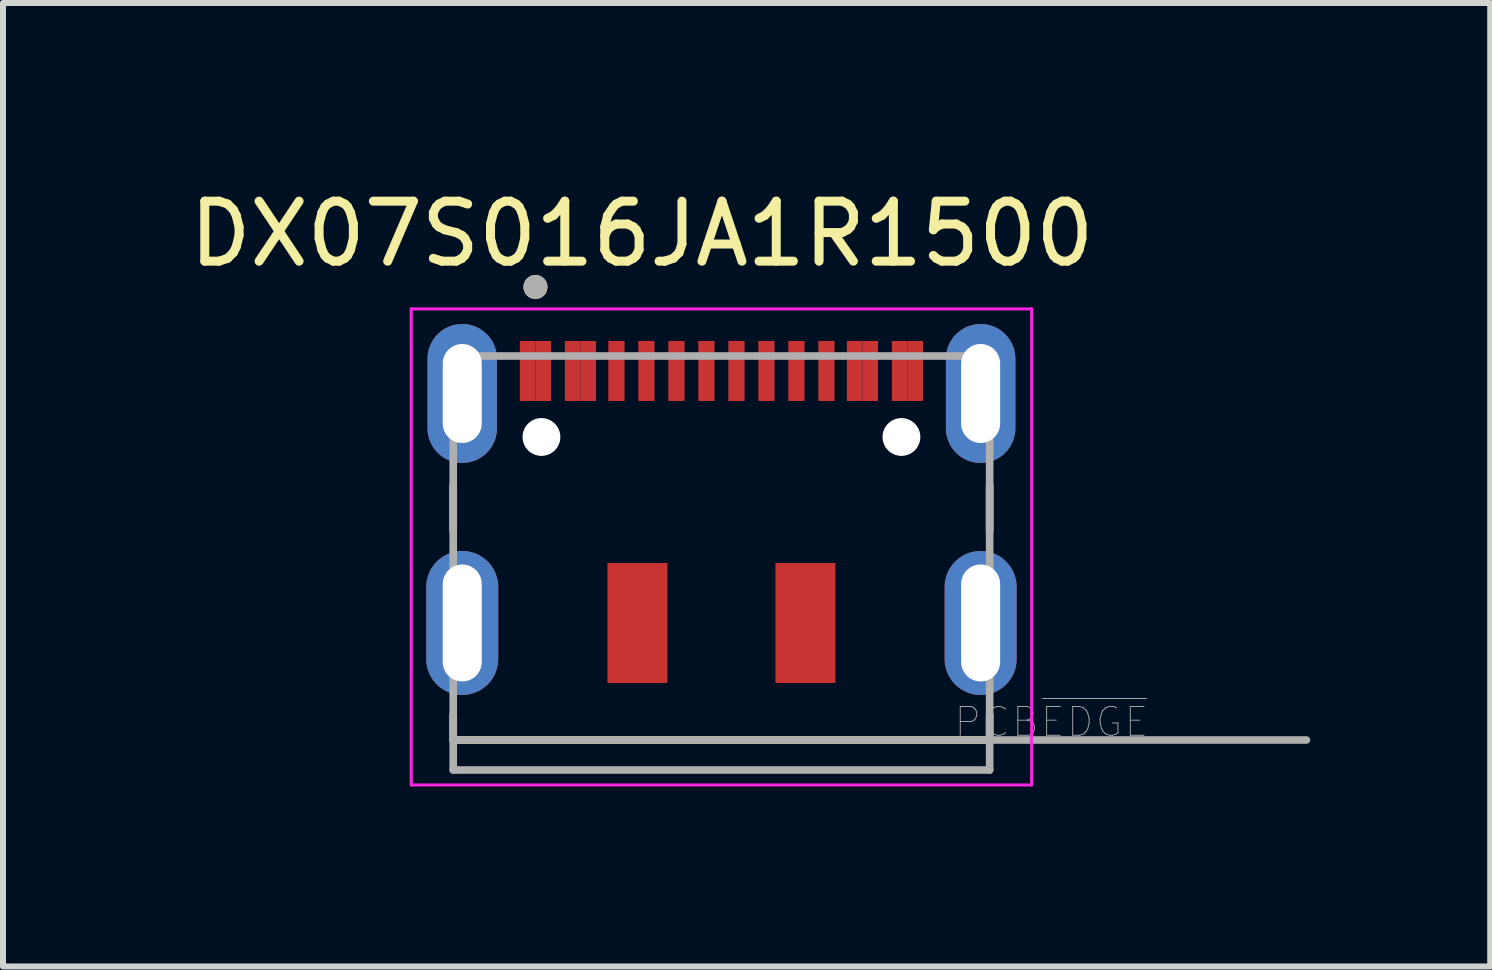
<source format=kicad_pcb>
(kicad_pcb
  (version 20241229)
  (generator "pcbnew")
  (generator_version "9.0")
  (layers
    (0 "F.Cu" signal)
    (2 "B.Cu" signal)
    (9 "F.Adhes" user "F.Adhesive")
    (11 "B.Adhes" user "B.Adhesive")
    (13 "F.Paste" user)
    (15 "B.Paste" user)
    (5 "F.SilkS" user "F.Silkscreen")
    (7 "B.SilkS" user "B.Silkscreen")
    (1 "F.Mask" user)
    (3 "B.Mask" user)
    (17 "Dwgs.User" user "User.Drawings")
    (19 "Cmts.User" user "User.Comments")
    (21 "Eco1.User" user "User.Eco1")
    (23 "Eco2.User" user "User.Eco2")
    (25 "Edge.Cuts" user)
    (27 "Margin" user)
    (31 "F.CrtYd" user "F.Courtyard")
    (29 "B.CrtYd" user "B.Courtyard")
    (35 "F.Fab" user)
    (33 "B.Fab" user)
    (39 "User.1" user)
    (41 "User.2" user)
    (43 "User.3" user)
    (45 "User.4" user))
  (footprint "DX07S016JA1R1500"
    (layer "F.Cu")
    (at 8.974 4.233)
    (property "Reference" "DX07S016JA1R1500" (at -1.325 -3.385 0) (layer "F.SilkS") (effects (font (size 1 1) (thickness 0.15))))
    (attr smd)
    (fp_line (start -4.47 0.805) (end -4.47 1.57) (stroke (width 0.127) (type solid)) (layer "F.SilkS"))
    (fp_line (start -4.47 5.05) (end -4.47 4.63) (stroke (width 0.127) (type solid)) (layer "F.SilkS"))
    (fp_line (start 4.47 0.805) (end 4.47 1.57) (stroke (width 0.127) (type solid)) (layer "F.SilkS"))
    (fp_line (start 4.47 4.63) (end 4.47 5.05) (stroke (width 0.127) (type solid)) (layer "F.SilkS"))
    (fp_line (start 4.47 5.05) (end -4.47 5.05) (stroke (width 0.127) (type solid)) (layer "F.SilkS"))
    (fp_circle (center -3.1 -2.5) (end -3 -2.5) (stroke (width 0.2) (type solid)) (fill no) (layer "F.SilkS"))
    (fp_line (start -5.17 -2.135) (end 5.17 -2.135) (stroke (width 0.05) (type solid)) (layer "F.CrtYd"))
    (fp_line (start -5.17 5.8) (end -5.17 -2.135) (stroke (width 0.05) (type solid)) (layer "F.CrtYd"))
    (fp_line (start 5.17 -2.135) (end 5.17 5.8) (stroke (width 0.05) (type solid)) (layer "F.CrtYd"))
    (fp_line (start 5.17 5.8) (end -5.17 5.8) (stroke (width 0.05) (type solid)) (layer "F.CrtYd"))
    (fp_line (start -4.47 -1.35) (end 4.47 -1.35) (stroke (width 0.127) (type solid)) (layer "F.Fab"))
    (fp_line (start -4.47 5.05) (end -4.47 -1.35) (stroke (width 0.127) (type solid)) (layer "F.Fab"))
    (fp_line (start -4.47 5.55) (end -4.47 5.05) (stroke (width 0.127) (type solid)) (layer "F.Fab"))
    (fp_line (start 4.47 -1.35) (end 4.47 5.05) (stroke (width 0.127) (type solid)) (layer "F.Fab"))
    (fp_line (start 4.47 5.05) (end -4.47 5.05) (stroke (width 0.127) (type solid)) (layer "F.Fab"))
    (fp_line (start 4.47 5.05) (end 4.47 5.55) (stroke (width 0.127) (type solid)) (layer "F.Fab"))
    (fp_line (start 4.47 5.05) (end 9.75 5.05) (stroke (width 0.127) (type solid)) (layer "F.Fab"))
    (fp_line (start 4.47 5.55) (end -4.47 5.55) (stroke (width 0.127) (type solid)) (layer "F.Fab"))
    (fp_circle (center -3.1 -2.5) (end -3 -2.5) (stroke (width 0.2) (type solid)) (fill no) (layer "F.Fab"))
    (fp_text user "PCB~{EDGE}" (at 5.5 4.75 0) (layer "F.Fab") (effects (font (size 0.48 0.48) (thickness 0.015))))
    (pad "" np_thru_hole circle (at -3 0) (size 0.63 0.63) (drill 0.63) (layers "*.Cu" "*.Mask"))
    (pad "" np_thru_hole circle (at 3 0) (size 0.63 0.63) (drill 0.63) (layers "*.Cu" "*.Mask"))
    (pad "A1" smd rect (at -3.23 -1.1) (size 0.26 1) (layers "F.Cu" "F.Mask" "F.Paste"))
    (pad "A4" smd rect (at -2.48 -1.1) (size 0.26 1) (layers "F.Cu" "F.Mask" "F.Paste"))
    (pad "A5" smd rect (at -1.75 -1.1) (size 0.27 1) (layers "F.Cu" "F.Mask" "F.Paste"))
    (pad "A6" smd rect (at -0.25 -1.1) (size 0.27 1) (layers "F.Cu" "F.Mask" "F.Paste"))
    (pad "A7" smd rect (at 0.75 -1.1) (size 0.27 1) (layers "F.Cu" "F.Mask" "F.Paste"))
    (pad "A8" smd rect (at 1.75 -1.1) (size 0.27 1) (layers "F.Cu" "F.Mask" "F.Paste"))
    (pad "A9" smd rect (at 2.48 -1.1) (size 0.26 1) (layers "F.Cu" "F.Mask" "F.Paste"))
    (pad "A12" smd rect (at 2.97 -1.1) (size 0.26 1) (layers "F.Cu" "F.Mask" "F.Paste"))
    (pad "B1" smd rect (at 3.23 -1.1) (size 0.26 1) (layers "F.Cu" "F.Mask" "F.Paste"))
    (pad "B4" smd rect (at 2.22 -1.1) (size 0.26 1) (layers "F.Cu" "F.Mask" "F.Paste"))
    (pad "B5" smd rect (at 1.25 -1.1) (size 0.27 1) (layers "F.Cu" "F.Mask" "F.Paste"))
    (pad "B6" smd rect (at 0.25 -1.1) (size 0.27 1) (layers "F.Cu" "F.Mask" "F.Paste"))
    (pad "B7" smd rect (at -0.75 -1.1) (size 0.27 1) (layers "F.Cu" "F.Mask" "F.Paste"))
    (pad "B8" smd rect (at -1.25 -1.1) (size 0.27 1) (layers "F.Cu" "F.Mask" "F.Paste"))
    (pad "B9" smd rect (at -2.22 -1.1) (size 0.26 1) (layers "F.Cu" "F.Mask" "F.Paste"))
    (pad "B12" smd rect (at -2.97 -1.1) (size 0.26 1) (layers "F.Cu" "F.Mask" "F.Paste"))
    (pad "S1" thru_hole oval (at -4.32 -0.725) (size 1.158 2.316) (drill oval 0.65 1.65) (layers "*.Cu" "*.Mask"))
    (pad "S1" thru_hole oval (at -4.32 3.1) (size 1.2 2.4) (drill oval 0.65 1.95) (layers "*.Cu" "*.Mask"))
    (pad "S1" smd rect (at -1.4 3.1) (size 1 2) (layers "F.Cu" "F.Mask" "F.Paste"))
    (pad "S1" smd rect (at 1.4 3.1) (size 1 2) (layers "F.Cu" "F.Mask" "F.Paste"))
    (pad "S1" thru_hole oval (at 4.32 -0.725) (size 1.158 2.316) (drill oval 0.65 1.65) (layers "*.Cu" "*.Mask"))
    (pad "S1" thru_hole oval (at 4.32 3.1) (size 1.2 2.4) (drill oval 0.65 1.95) (layers "*.Cu" "*.Mask")))
  (gr_rect
    (start -3 -3)
    (end 21.787 13.058)
    (stroke (width 0.1) (type default))
    (fill no)
    (layer "Edge.Cuts")))
</source>
